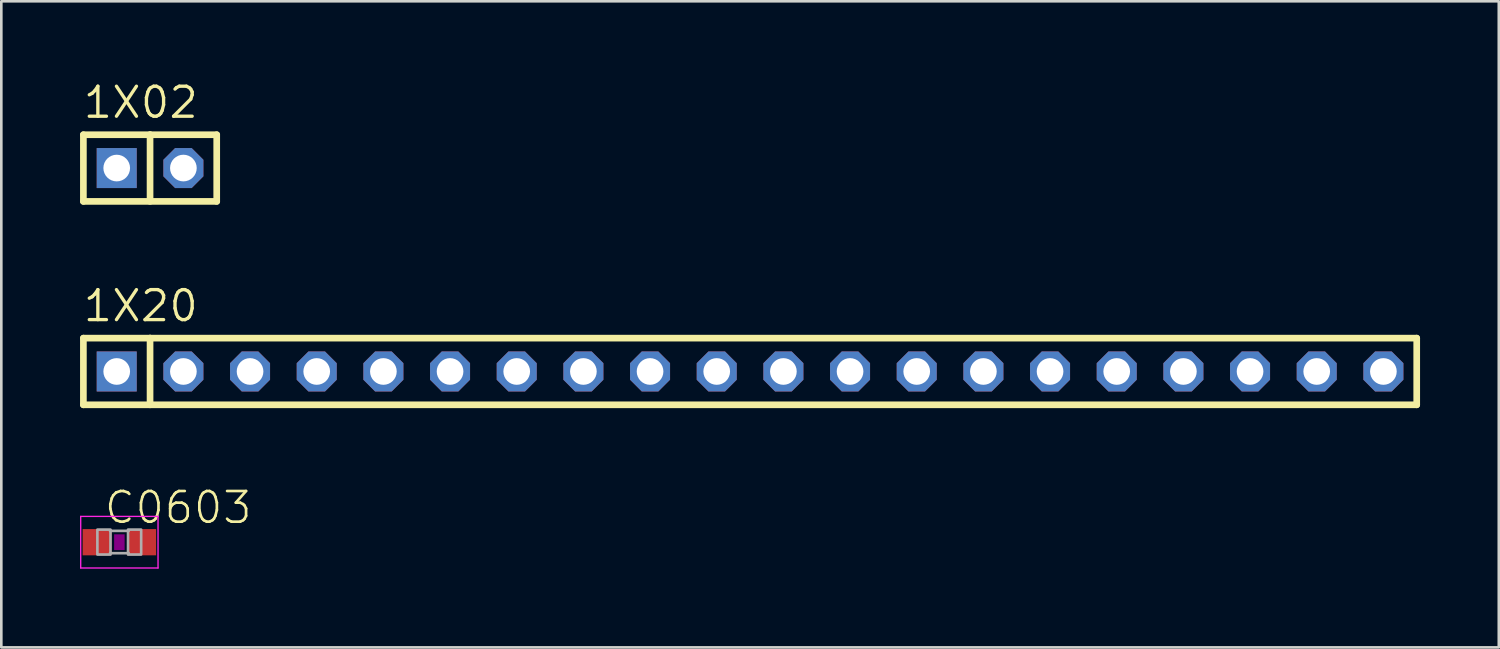
<source format=kicad_pcb>
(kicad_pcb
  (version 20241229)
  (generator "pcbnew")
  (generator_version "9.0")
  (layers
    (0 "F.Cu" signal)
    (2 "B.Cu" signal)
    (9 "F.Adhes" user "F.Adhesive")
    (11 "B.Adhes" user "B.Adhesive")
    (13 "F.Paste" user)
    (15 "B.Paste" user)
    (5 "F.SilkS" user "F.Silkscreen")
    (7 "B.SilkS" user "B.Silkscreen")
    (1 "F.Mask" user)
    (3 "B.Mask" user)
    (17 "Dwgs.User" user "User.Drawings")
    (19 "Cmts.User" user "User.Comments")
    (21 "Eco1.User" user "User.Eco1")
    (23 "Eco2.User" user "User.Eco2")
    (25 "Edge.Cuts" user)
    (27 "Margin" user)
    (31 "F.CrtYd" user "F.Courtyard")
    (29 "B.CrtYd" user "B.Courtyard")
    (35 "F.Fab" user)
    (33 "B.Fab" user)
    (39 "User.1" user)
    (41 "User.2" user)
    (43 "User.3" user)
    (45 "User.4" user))
  (footprint "1X20"
    (layer "F.Cu")
    (at 25.527 11.103)
    (property "Reference" "1X20" (at -25.476 -1.829 0) (layer "F.SilkS") (effects (font (size 1.143 1.143) (thickness 0.127)) (justify left bottom)))
    (fp_line (start -25.4 -1.27) (end -25.4 1.27) (stroke (width 0.254) (type solid)) (layer "F.SilkS"))
    (fp_line (start -25.4 -1.27) (end -22.86 -1.27) (stroke (width 0.254) (type solid)) (layer "F.SilkS"))
    (fp_line (start -22.86 -1.27) (end -22.86 1.27) (stroke (width 0.254) (type solid)) (layer "F.SilkS"))
    (fp_line (start -22.86 -1.27) (end 25.4 -1.27) (stroke (width 0.254) (type solid)) (layer "F.SilkS"))
    (fp_line (start 25.4 -1.27) (end 25.4 1.27) (stroke (width 0.254) (type solid)) (layer "F.SilkS"))
    (fp_line (start 25.4 1.27) (end -25.4 1.27) (stroke (width 0.254) (type solid)) (layer "F.SilkS"))
    (fp_poly (pts (xy -24.384 0.254) (xy -23.876 0.254) (xy -23.876 -0.254) (xy -24.384 -0.254)) (stroke (width 0.1) (type solid)) (fill no) (layer "F.Fab"))
    (fp_poly (pts (xy -21.844 0.254) (xy -21.336 0.254) (xy -21.336 -0.254) (xy -21.844 -0.254)) (stroke (width 0.1) (type solid)) (fill no) (layer "F.Fab"))
    (fp_poly (pts (xy -19.304 0.254) (xy -18.796 0.254) (xy -18.796 -0.254) (xy -19.304 -0.254)) (stroke (width 0.1) (type solid)) (fill no) (layer "F.Fab"))
    (fp_poly (pts (xy -16.764 0.254) (xy -16.256 0.254) (xy -16.256 -0.254) (xy -16.764 -0.254)) (stroke (width 0.1) (type solid)) (fill no) (layer "F.Fab"))
    (fp_poly (pts (xy -14.224 0.254) (xy -13.716 0.254) (xy -13.716 -0.254) (xy -14.224 -0.254)) (stroke (width 0.1) (type solid)) (fill no) (layer "F.Fab"))
    (fp_poly (pts (xy -11.684 0.254) (xy -11.176 0.254) (xy -11.176 -0.254) (xy -11.684 -0.254)) (stroke (width 0.1) (type solid)) (fill no) (layer "F.Fab"))
    (fp_poly (pts (xy -9.144 0.254) (xy -8.636 0.254) (xy -8.636 -0.254) (xy -9.144 -0.254)) (stroke (width 0.1) (type solid)) (fill no) (layer "F.Fab"))
    (fp_poly (pts (xy -6.604 0.254) (xy -6.096 0.254) (xy -6.096 -0.254) (xy -6.604 -0.254)) (stroke (width 0.1) (type solid)) (fill no) (layer "F.Fab"))
    (fp_poly (pts (xy -4.064 0.254) (xy -3.556 0.254) (xy -3.556 -0.254) (xy -4.064 -0.254)) (stroke (width 0.1) (type solid)) (fill no) (layer "F.Fab"))
    (fp_poly (pts (xy -1.524 0.254) (xy -1.016 0.254) (xy -1.016 -0.254) (xy -1.524 -0.254)) (stroke (width 0.1) (type solid)) (fill no) (layer "F.Fab"))
    (fp_poly (pts (xy 1.016 0.254) (xy 1.524 0.254) (xy 1.524 -0.254) (xy 1.016 -0.254)) (stroke (width 0.1) (type solid)) (fill no) (layer "F.Fab"))
    (fp_poly (pts (xy 3.556 0.254) (xy 4.064 0.254) (xy 4.064 -0.254) (xy 3.556 -0.254)) (stroke (width 0.1) (type solid)) (fill no) (layer "F.Fab"))
    (fp_poly (pts (xy 6.096 0.254) (xy 6.604 0.254) (xy 6.604 -0.254) (xy 6.096 -0.254)) (stroke (width 0.1) (type solid)) (fill no) (layer "F.Fab"))
    (fp_poly (pts (xy 8.636 0.254) (xy 9.144 0.254) (xy 9.144 -0.254) (xy 8.636 -0.254)) (stroke (width 0.1) (type solid)) (fill no) (layer "F.Fab"))
    (fp_poly (pts (xy 11.176 0.254) (xy 11.684 0.254) (xy 11.684 -0.254) (xy 11.176 -0.254)) (stroke (width 0.1) (type solid)) (fill no) (layer "F.Fab"))
    (fp_poly (pts (xy 13.716 0.254) (xy 14.224 0.254) (xy 14.224 -0.254) (xy 13.716 -0.254)) (stroke (width 0.1) (type solid)) (fill no) (layer "F.Fab"))
    (fp_poly (pts (xy 16.256 0.254) (xy 16.764 0.254) (xy 16.764 -0.254) (xy 16.256 -0.254)) (stroke (width 0.1) (type solid)) (fill no) (layer "F.Fab"))
    (fp_poly (pts (xy 18.796 0.254) (xy 19.304 0.254) (xy 19.304 -0.254) (xy 18.796 -0.254)) (stroke (width 0.1) (type solid)) (fill no) (layer "F.Fab"))
    (fp_poly (pts (xy 21.336 0.254) (xy 21.844 0.254) (xy 21.844 -0.254) (xy 21.336 -0.254)) (stroke (width 0.1) (type solid)) (fill no) (layer "F.Fab"))
    (fp_poly (pts (xy 23.876 0.254) (xy 24.384 0.254) (xy 24.384 -0.254) (xy 23.876 -0.254)) (stroke (width 0.1) (type solid)) (fill no) (layer "F.Fab"))
    (pad "1" thru_hole rect (at -24.13 0 90) (size 1.524 1.524) (drill 1.016) (layers "*.Cu" "*.Mask"))
    (pad "2" thru_hole roundrect (at -21.59 0 90) (size 1.524 1.524) (drill 1.016) (layers "*.Cu" "*.Mask") (roundrect_rratio 0.25) (chamfer_ratio 0.293) (chamfer top_left top_right bottom_left bottom_right))
    (pad "3" thru_hole roundrect (at -19.05 0 90) (size 1.524 1.524) (drill 1.016) (layers "*.Cu" "*.Mask") (roundrect_rratio 0.25) (chamfer_ratio 0.293) (chamfer top_left top_right bottom_left bottom_right))
    (pad "4" thru_hole roundrect (at -16.51 0 90) (size 1.524 1.524) (drill 1.016) (layers "*.Cu" "*.Mask") (roundrect_rratio 0.25) (chamfer_ratio 0.293) (chamfer top_left top_right bottom_left bottom_right))
    (pad "5" thru_hole roundrect (at -13.97 0 90) (size 1.524 1.524) (drill 1.016) (layers "*.Cu" "*.Mask") (roundrect_rratio 0.25) (chamfer_ratio 0.293) (chamfer top_left top_right bottom_left bottom_right))
    (pad "6" thru_hole roundrect (at -11.43 0 90) (size 1.524 1.524) (drill 1.016) (layers "*.Cu" "*.Mask") (roundrect_rratio 0.25) (chamfer_ratio 0.293) (chamfer top_left top_right bottom_left bottom_right))
    (pad "7" thru_hole roundrect (at -8.89 0 90) (size 1.524 1.524) (drill 1.016) (layers "*.Cu" "*.Mask") (roundrect_rratio 0.25) (chamfer_ratio 0.293) (chamfer top_left top_right bottom_left bottom_right))
    (pad "8" thru_hole roundrect (at -6.35 0 90) (size 1.524 1.524) (drill 1.016) (layers "*.Cu" "*.Mask") (roundrect_rratio 0.25) (chamfer_ratio 0.293) (chamfer top_left top_right bottom_left bottom_right))
    (pad "9" thru_hole roundrect (at -3.81 0 90) (size 1.524 1.524) (drill 1.016) (layers "*.Cu" "*.Mask") (roundrect_rratio 0.25) (chamfer_ratio 0.293) (chamfer top_left top_right bottom_left bottom_right))
    (pad "10" thru_hole roundrect (at -1.27 0 90) (size 1.524 1.524) (drill 1.016) (layers "*.Cu" "*.Mask") (roundrect_rratio 0.25) (chamfer_ratio 0.293) (chamfer top_left top_right bottom_left bottom_right))
    (pad "11" thru_hole roundrect (at 1.27 0 90) (size 1.524 1.524) (drill 1.016) (layers "*.Cu" "*.Mask") (roundrect_rratio 0.25) (chamfer_ratio 0.293) (chamfer top_left top_right bottom_left bottom_right))
    (pad "12" thru_hole roundrect (at 3.81 0 90) (size 1.524 1.524) (drill 1.016) (layers "*.Cu" "*.Mask") (roundrect_rratio 0.25) (chamfer_ratio 0.293) (chamfer top_left top_right bottom_left bottom_right))
    (pad "13" thru_hole roundrect (at 6.35 0 90) (size 1.524 1.524) (drill 1.016) (layers "*.Cu" "*.Mask") (roundrect_rratio 0.25) (chamfer_ratio 0.293) (chamfer top_left top_right bottom_left bottom_right))
    (pad "14" thru_hole roundrect (at 8.89 0 90) (size 1.524 1.524) (drill 1.016) (layers "*.Cu" "*.Mask") (roundrect_rratio 0.25) (chamfer_ratio 0.293) (chamfer top_left top_right bottom_left bottom_right))
    (pad "15" thru_hole roundrect (at 11.43 0 90) (size 1.524 1.524) (drill 1.016) (layers "*.Cu" "*.Mask") (roundrect_rratio 0.25) (chamfer_ratio 0.293) (chamfer top_left top_right bottom_left bottom_right))
    (pad "16" thru_hole roundrect (at 13.97 0 90) (size 1.524 1.524) (drill 1.016) (layers "*.Cu" "*.Mask") (roundrect_rratio 0.25) (chamfer_ratio 0.293) (chamfer top_left top_right bottom_left bottom_right))
    (pad "17" thru_hole roundrect (at 16.51 0 90) (size 1.524 1.524) (drill 1.016) (layers "*.Cu" "*.Mask") (roundrect_rratio 0.25) (chamfer_ratio 0.293) (chamfer top_left top_right bottom_left bottom_right))
    (pad "18" thru_hole roundrect (at 19.05 0 90) (size 1.524 1.524) (drill 1.016) (layers "*.Cu" "*.Mask") (roundrect_rratio 0.25) (chamfer_ratio 0.293) (chamfer top_left top_right bottom_left bottom_right))
    (pad "19" thru_hole roundrect (at 21.59 0 90) (size 1.524 1.524) (drill 1.016) (layers "*.Cu" "*.Mask") (roundrect_rratio 0.25) (chamfer_ratio 0.293) (chamfer top_left top_right bottom_left bottom_right))
    (pad "20" thru_hole roundrect (at 24.13 0 90) (size 1.524 1.524) (drill 1.016) (layers "*.Cu" "*.Mask") (roundrect_rratio 0.25) (chamfer_ratio 0.293) (chamfer top_left top_right bottom_left bottom_right)))
  (footprint "C0603"
    (layer "F.Cu")
    (at 1.498 17.608)
    (property "Reference" "C0603" (at -0.635 -0.635 0) (layer "F.SilkS") (effects (font (size 1.168 1.168) (thickness 0.102)) (justify left bottom)))
    (fp_poly (pts (xy -0.2 0.3) (xy 0.2 0.3) (xy 0.2 -0.3) (xy -0.2 -0.3)) (stroke (width 0) (type solid)) (fill yes) (layer "F.Adhes"))
    (fp_line (start -1.473 -0.983) (end 1.473 -0.983) (stroke (width 0.051) (type solid)) (layer "F.CrtYd"))
    (fp_line (start -1.473 0.983) (end -1.473 -0.983) (stroke (width 0.051) (type solid)) (layer "F.CrtYd"))
    (fp_line (start 1.473 -0.983) (end 1.473 0.983) (stroke (width 0.051) (type solid)) (layer "F.CrtYd"))
    (fp_line (start 1.473 0.983) (end -1.473 0.983) (stroke (width 0.051) (type solid)) (layer "F.CrtYd"))
    (fp_line (start -0.356 -0.432) (end 0.356 -0.432) (stroke (width 0.102) (type solid)) (layer "F.Fab"))
    (fp_line (start -0.356 0.419) (end 0.356 0.419) (stroke (width 0.102) (type solid)) (layer "F.Fab"))
    (fp_poly (pts (xy -0.838 0.47) (xy -0.338 0.47) (xy -0.338 -0.48) (xy -0.838 -0.48)) (stroke (width 0.1) (type solid)) (fill no) (layer "F.Fab"))
    (fp_poly (pts (xy 0.33 0.47) (xy 0.83 0.47) (xy 0.83 -0.48) (xy 0.33 -0.48)) (stroke (width 0.1) (type solid)) (fill no) (layer "F.Fab"))
    (pad "1" smd rect (at -0.85 0) (size 1.1 1) (layers "F.Cu" "F.Mask" "F.Paste"))
    (pad "2" smd rect (at 0.85 0) (size 1.1 1) (layers "F.Cu" "F.Mask" "F.Paste")))
  (footprint "1X02"
    (layer "F.Cu")
    (at 2.667 3.353)
    (property "Reference" "1X02" (at -2.616 -1.829 0) (layer "F.SilkS") (effects (font (size 1.143 1.143) (thickness 0.127)) (justify left bottom)))
    (fp_line (start -2.54 -1.27) (end -2.54 1.27) (stroke (width 0.254) (type solid)) (layer "F.SilkS"))
    (fp_line (start -2.54 -1.27) (end 0 -1.27) (stroke (width 0.254) (type solid)) (layer "F.SilkS"))
    (fp_line (start 0 -1.27) (end 0 1.27) (stroke (width 0.254) (type solid)) (layer "F.SilkS"))
    (fp_line (start 0 -1.27) (end 2.54 -1.27) (stroke (width 0.254) (type solid)) (layer "F.SilkS"))
    (fp_line (start 2.54 -1.27) (end 2.54 1.27) (stroke (width 0.254) (type solid)) (layer "F.SilkS"))
    (fp_line (start 2.54 1.27) (end -2.54 1.27) (stroke (width 0.254) (type solid)) (layer "F.SilkS"))
    (fp_poly (pts (xy -1.524 0.254) (xy -1.016 0.254) (xy -1.016 -0.254) (xy -1.524 -0.254)) (stroke (width 0.1) (type solid)) (fill no) (layer "F.Fab"))
    (fp_poly (pts (xy 1.016 0.254) (xy 1.524 0.254) (xy 1.524 -0.254) (xy 1.016 -0.254)) (stroke (width 0.1) (type solid)) (fill no) (layer "F.Fab"))
    (pad "1" thru_hole rect (at -1.27 0 90) (size 1.524 1.524) (drill 1.016) (layers "*.Cu" "*.Mask"))
    (pad "2" thru_hole roundrect (at 1.27 0 90) (size 1.524 1.524) (drill 1.016) (layers "*.Cu" "*.Mask") (roundrect_rratio 0.25) (chamfer_ratio 0.293) (chamfer top_left top_right bottom_left bottom_right)))
  (gr_rect
    (start -3 -3)
    (end 54.054 21.616)
    (stroke (width 0.1) (type default))
    (fill no)
    (layer "Edge.Cuts")))
</source>
